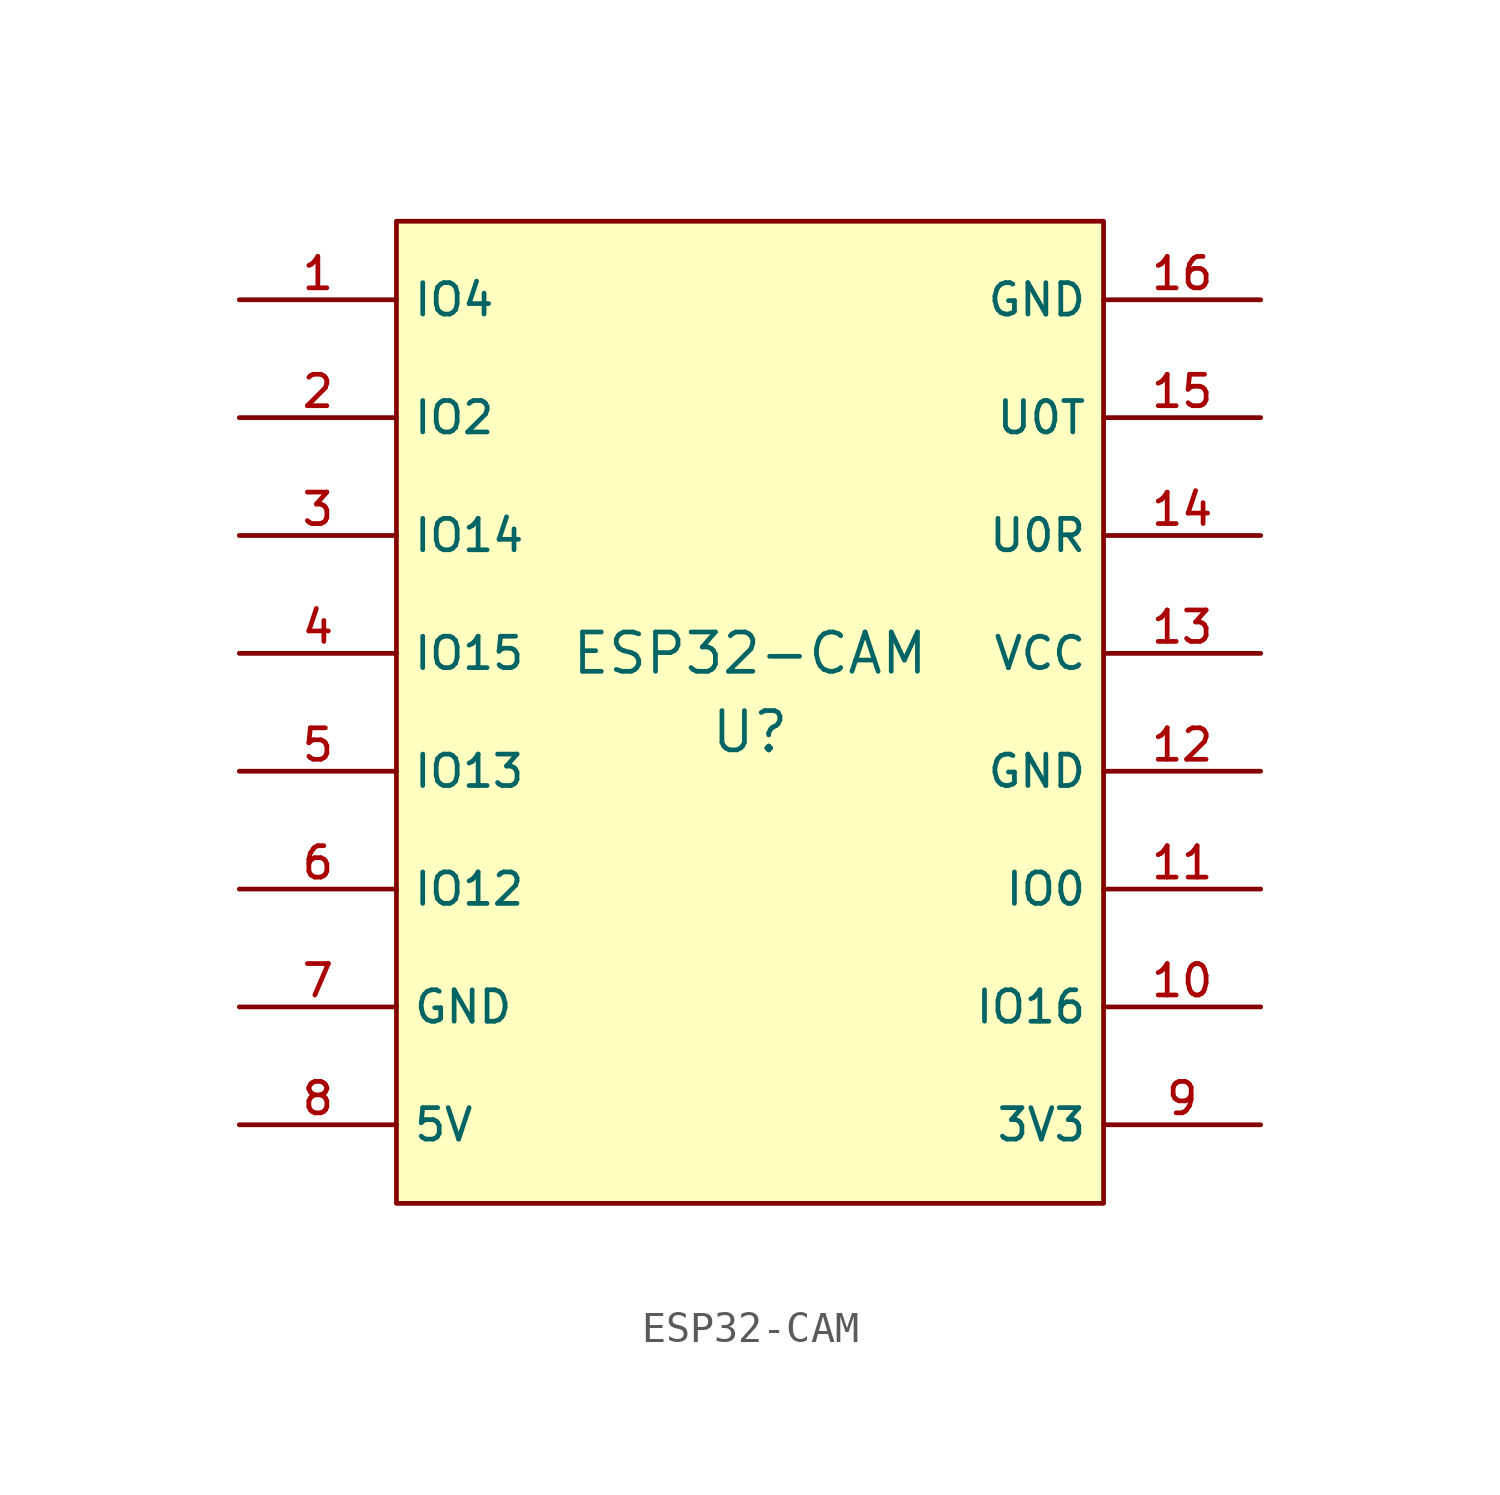
<source format=kicad_sym>
(kicad_symbol_lib
  (version 20211014)
  (generator kicad_symbol_editor)
  (symbol "ESP32-CAM"
    (property "Reference" "U"
      (at 0 -1.27 0)
      (effects (font (size 1.27 1.27))))
    (property "Value" "ESP32-CAM"
      (at 0 1.27 0)
      (effects (font (size 1.27 1.27))))
    (symbol "ESP32-CAM_0_0"
      (pin bidirectional line (at -16.51 12.7 0) (length 5.08) (name "IO4" (effects (font (size 1.016 1.016)))) (number "1" (effects (font (size 1.016 1.016)))))
      (pin bidirectional line (at 16.51 -10.16 180) (length 5.08) (name "IO16" (effects (font (size 1.016 1.016)))) (number "10" (effects (font (size 1.016 1.016)))))
      (pin bidirectional line (at 16.51 -6.35 180) (length 5.08) (name "IO0" (effects (font (size 1.016 1.016)))) (number "11" (effects (font (size 1.016 1.016)))))
      (pin power_in line (at 16.51 -2.54 180) (length 5.08) (name "GND" (effects (font (size 1.016 1.016)))) (number "12" (effects (font (size 1.016 1.016)))))
      (pin power_out line (at 16.51 1.27 180) (length 5.08) (name "VCC" (effects (font (size 1.016 1.016)))) (number "13" (effects (font (size 1.016 1.016)))))
      (pin bidirectional line (at 16.51 5.08 180) (length 5.08) (name "U0R" (effects (font (size 1.016 1.016)))) (number "14" (effects (font (size 1.016 1.016)))))
      (pin bidirectional line (at 16.51 8.89 180) (length 5.08) (name "U0T" (effects (font (size 1.016 1.016)))) (number "15" (effects (font (size 1.016 1.016)))))
      (pin power_in line (at 16.51 12.7 180) (length 5.08) (name "GND" (effects (font (size 1.016 1.016)))) (number "16" (effects (font (size 1.016 1.016)))))
      (pin bidirectional line (at -16.51 8.89 0) (length 5.08) (name "IO2" (effects (font (size 1.016 1.016)))) (number "2" (effects (font (size 1.016 1.016)))))
      (pin bidirectional line (at -16.51 5.08 0) (length 5.08) (name "IO14" (effects (font (size 1.016 1.016)))) (number "3" (effects (font (size 1.016 1.016)))))
      (pin bidirectional line (at -16.51 1.27 0) (length 5.08) (name "IO15" (effects (font (size 1.016 1.016)))) (number "4" (effects (font (size 1.016 1.016)))))
      (pin bidirectional line (at -16.51 -2.54 0) (length 5.08) (name "IO13" (effects (font (size 1.016 1.016)))) (number "5" (effects (font (size 1.016 1.016)))))
      (pin bidirectional line (at -16.51 -6.35 0) (length 5.08) (name "IO12" (effects (font (size 1.016 1.016)))) (number "6" (effects (font (size 1.016 1.016)))))
      (pin power_in line (at -16.51 -10.16 0) (length 5.08) (name "GND" (effects (font (size 1.016 1.016)))) (number "7" (effects (font (size 1.016 1.016)))))
      (pin power_in line (at -16.51 -13.97 0) (length 5.08) (name "5V" (effects (font (size 1.016 1.016)))) (number "8" (effects (font (size 1.016 1.016)))))
      (pin power_in line (at 16.51 -13.97 180) (length 5.08) (name "3V3" (effects (font (size 1.016 1.016)))) (number "9" (effects (font (size 1.016 1.016))))))
    (symbol "ESP32-CAM_0_1"
      (rectangle (start -11.43 15.24) (end 11.43 -16.51) (stroke (width 0) (type default) (color 0 0 0 0)) (fill (type background))))))
</source>
